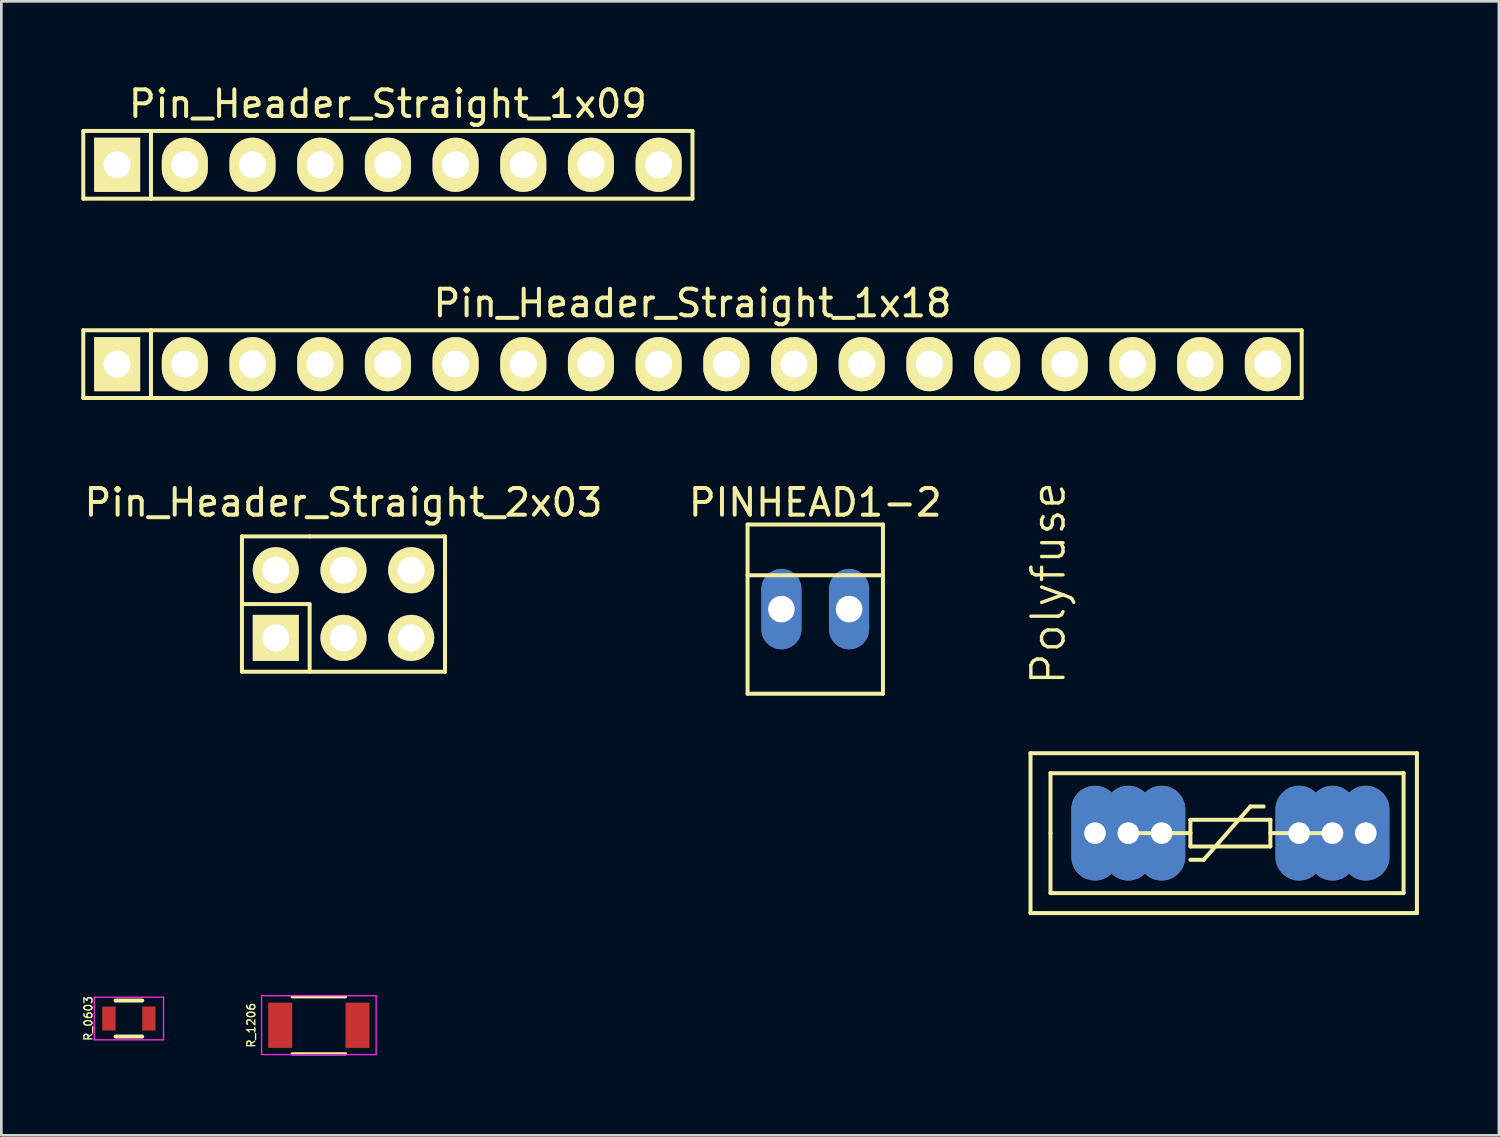
<source format=kicad_pcb>
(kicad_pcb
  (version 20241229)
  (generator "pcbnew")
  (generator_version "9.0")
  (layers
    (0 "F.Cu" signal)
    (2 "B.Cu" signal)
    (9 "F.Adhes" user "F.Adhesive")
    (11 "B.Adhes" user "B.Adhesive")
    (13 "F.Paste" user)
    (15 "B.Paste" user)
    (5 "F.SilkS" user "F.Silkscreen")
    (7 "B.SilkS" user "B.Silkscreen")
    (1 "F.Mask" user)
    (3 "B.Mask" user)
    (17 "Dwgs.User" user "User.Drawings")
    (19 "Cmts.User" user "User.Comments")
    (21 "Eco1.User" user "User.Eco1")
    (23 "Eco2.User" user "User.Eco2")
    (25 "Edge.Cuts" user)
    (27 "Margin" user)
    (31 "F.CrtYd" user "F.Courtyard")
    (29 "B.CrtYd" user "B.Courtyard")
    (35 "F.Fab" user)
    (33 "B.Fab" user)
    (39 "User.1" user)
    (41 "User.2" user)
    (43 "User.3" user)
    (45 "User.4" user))
  (footprint "Pin_Header_Straight_2x03"
    (layer "F.Cu")
    (at 9.839 19.617)
    (property "Reference" "Pin_Header_Straight_2x03" (at 0 -3.81 0) (layer "F.SilkS") (effects (font (size 1 1) (thickness 0.15))))
    (attr through_hole)
    (fp_line (start -3.81 -2.54) (end -3.81 0) (stroke (width 0.15) (type solid)) (layer "F.SilkS"))
    (fp_line (start -3.81 0) (end -1.27 0) (stroke (width 0.15) (type solid)) (layer "F.SilkS"))
    (fp_line (start -3.81 2.54) (end -3.81 0) (stroke (width 0.15) (type solid)) (layer "F.SilkS"))
    (fp_line (start -3.81 2.54) (end 3.81 2.54) (stroke (width 0.15) (type solid)) (layer "F.SilkS"))
    (fp_line (start -1.27 -2.54) (end -3.81 -2.54) (stroke (width 0.15) (type solid)) (layer "F.SilkS"))
    (fp_line (start -1.27 0) (end -1.27 2.54) (stroke (width 0.15) (type solid)) (layer "F.SilkS"))
    (fp_line (start 3.81 -2.54) (end -1.27 -2.54) (stroke (width 0.15) (type solid)) (layer "F.SilkS"))
    (fp_line (start 3.81 2.54) (end 3.81 -2.54) (stroke (width 0.15) (type solid)) (layer "F.SilkS"))
    (pad "1" thru_hole rect (at -2.54 1.27) (size 1.727 1.727) (drill 1.016) (layers "*.Cu" "*.Mask" "F.SilkS"))
    (pad "2" thru_hole oval (at -2.54 -1.27) (size 1.727 1.727) (drill 1.016) (layers "*.Cu" "*.Mask" "F.SilkS"))
    (pad "3" thru_hole oval (at 0 1.27) (size 1.727 1.727) (drill 1.016) (layers "*.Cu" "*.Mask" "F.SilkS"))
    (pad "4" thru_hole oval (at 0 -1.27) (size 1.727 1.727) (drill 1.016) (layers "*.Cu" "*.Mask" "F.SilkS"))
    (pad "5" thru_hole oval (at 2.54 1.27) (size 1.727 1.727) (drill 1.016) (layers "*.Cu" "*.Mask" "F.SilkS"))
    (pad "6" thru_hole oval (at 2.54 -1.27) (size 1.727 1.727) (drill 1.016) (layers "*.Cu" "*.Mask" "F.SilkS")))
  (footprint "Polyfuse"
    (layer "F.Cu")
    (at 43.119 28.213)
    (property "Reference" "Polyfuse" (at -6.126 -5.474 90) (layer "F.SilkS") (effects (font (size 1.206 1.206) (thickness 0.127)) (justify left bottom)))
    (fp_line (start -7.5 -3) (end -7.5 3) (stroke (width 0.15) (type solid)) (layer "F.SilkS"))
    (fp_line (start -7.5 3) (end 7 3) (stroke (width 0.15) (type solid)) (layer "F.SilkS"))
    (fp_line (start -6.75 -2.25) (end 6.5 -2.25) (stroke (width 0.15) (type solid)) (layer "F.SilkS"))
    (fp_line (start -6.75 0) (end -6.75 -2.25) (stroke (width 0.15) (type solid)) (layer "F.SilkS"))
    (fp_line (start -6.75 2.25) (end -6.75 0) (stroke (width 0.15) (type solid)) (layer "F.SilkS"))
    (fp_line (start -3.75 0) (end -1.5 0) (stroke (width 0.15) (type solid)) (layer "F.SilkS"))
    (fp_line (start -1.5 -0.5) (end -1.5 0) (stroke (width 0.15) (type solid)) (layer "F.SilkS"))
    (fp_line (start -1.5 0) (end -1.5 0.5) (stroke (width 0.15) (type solid)) (layer "F.SilkS"))
    (fp_line (start -1.5 0.5) (end 1.5 0.5) (stroke (width 0.15) (type solid)) (layer "F.SilkS"))
    (fp_line (start -1.5 1) (end -1 1) (stroke (width 0.15) (type solid)) (layer "F.SilkS"))
    (fp_line (start -1 1) (end 0.75 -1) (stroke (width 0.15) (type solid)) (layer "F.SilkS"))
    (fp_line (start 0.75 -1) (end 1.25 -1) (stroke (width 0.15) (type solid)) (layer "F.SilkS"))
    (fp_line (start 1.5 -0.5) (end -1.5 -0.5) (stroke (width 0.15) (type solid)) (layer "F.SilkS"))
    (fp_line (start 1.5 0) (end 3.75 0) (stroke (width 0.15) (type solid)) (layer "F.SilkS"))
    (fp_line (start 1.5 0.5) (end 1.5 -0.5) (stroke (width 0.15) (type solid)) (layer "F.SilkS"))
    (fp_line (start 6.5 -2.25) (end 6.5 2.25) (stroke (width 0.15) (type solid)) (layer "F.SilkS"))
    (fp_line (start 6.5 2.25) (end -6.75 2.25) (stroke (width 0.15) (type solid)) (layer "F.SilkS"))
    (fp_line (start 7 -3) (end -7.5 -3) (stroke (width 0.15) (type solid)) (layer "F.SilkS"))
    (fp_line (start 7 3) (end 7 -3) (stroke (width 0.15) (type solid)) (layer "F.SilkS"))
    (fp_poly (pts (xy -3.912 0.305) (xy -3.556 0.305) (xy -3.556 -0.305) (xy -3.912 -0.305)) (stroke (width 0) (type solid)) (fill yes) (layer "F.SilkS"))
    (fp_poly (pts (xy 3.556 0.305) (xy 3.912 0.305) (xy 3.912 -0.305) (xy 3.556 -0.305)) (stroke (width 0) (type solid)) (fill yes) (layer "F.SilkS"))
    (pad "1" thru_hole oval (at -5.08 0 90) (size 3.556 1.778) (drill 0.813) (layers "*.Cu" "*.Mask"))
    (pad "1" thru_hole oval (at -3.83 0 90) (size 3.556 1.778) (drill 0.813) (layers "*.Cu" "*.Mask"))
    (pad "1" thru_hole oval (at -2.58 0 90) (size 3.556 1.778) (drill 0.813) (layers "*.Cu" "*.Mask"))
    (pad "2" thru_hole oval (at 2.58 0 90) (size 3.556 1.778) (drill 0.813) (layers "*.Cu" "*.Mask"))
    (pad "2" thru_hole oval (at 3.83 0 90) (size 3.556 1.778) (drill 0.813) (layers "*.Cu" "*.Mask"))
    (pad "2" thru_hole oval (at 5.08 0 90) (size 3.556 1.778) (drill 0.813) (layers "*.Cu" "*.Mask")))
  (footprint "R_0603"
    (layer "F.Cu")
    (at 1.787 35.169)
    (property "Reference" "R_0603" (at -1.524 0 90) (layer "F.SilkS") (effects (font (size 0.3 0.3) (thickness 0.05))))
    (attr smd)
    (fp_line (start -0.5 -0.675) (end 0.5 -0.675) (stroke (width 0.15) (type solid)) (layer "F.SilkS"))
    (fp_line (start 0.5 0.675) (end -0.5 0.675) (stroke (width 0.15) (type solid)) (layer "F.SilkS"))
    (fp_line (start -1.3 -0.8) (end -1.3 0.8) (stroke (width 0.05) (type solid)) (layer "F.CrtYd"))
    (fp_line (start -1.3 -0.8) (end 1.3 -0.8) (stroke (width 0.05) (type solid)) (layer "F.CrtYd"))
    (fp_line (start -1.3 0.8) (end 1.3 0.8) (stroke (width 0.05) (type solid)) (layer "F.CrtYd"))
    (fp_line (start 1.3 -0.8) (end 1.3 0.8) (stroke (width 0.05) (type solid)) (layer "F.CrtYd"))
    (pad "1" smd rect (at -0.75 0) (size 0.5 0.9) (layers "F.Cu" "F.Mask" "F.Paste"))
    (pad "2" smd rect (at 0.75 0) (size 0.5 0.9) (layers "F.Cu" "F.Mask" "F.Paste")))
  (footprint "PINHEAD1-2"
    (layer "F.Cu")
    (at 27.542 19.807)
    (property "Reference" "PINHEAD1-2" (at 0 -4 0) (layer "F.SilkS") (effects (font (size 1 1) (thickness 0.15))))
    (attr exclude_from_pos_files exclude_from_bom)
    (fp_line (start -2.54 -3.175) (end -2.54 3.175) (stroke (width 0.15) (type solid)) (layer "F.SilkS"))
    (fp_line (start -2.54 -3.175) (end 2.54 -3.175) (stroke (width 0.15) (type solid)) (layer "F.SilkS"))
    (fp_line (start 2.54 -3.175) (end 2.54 3.175) (stroke (width 0.15) (type solid)) (layer "F.SilkS"))
    (fp_line (start 2.54 -1.27) (end -2.54 -1.27) (stroke (width 0.15) (type solid)) (layer "F.SilkS"))
    (fp_line (start 2.54 3.175) (end -2.54 3.175) (stroke (width 0.15) (type solid)) (layer "F.SilkS"))
    (pad "1" thru_hole oval (at -1.27 0) (size 1.506 3.015) (drill 0.998) (layers "*.Cu" "*.Mask"))
    (pad "2" thru_hole oval (at 1.27 0) (size 1.506 3.015) (drill 0.998) (layers "*.Cu" "*.Mask")))
  (footprint "Pin_Header_Straight_1x09"
    (layer "F.Cu")
    (at 11.505 3.134)
    (property "Reference" "Pin_Header_Straight_1x09" (at 0 -2.286 0) (layer "F.SilkS") (effects (font (size 1 1) (thickness 0.15))))
    (attr through_hole)
    (fp_line (start -11.43 -1.27) (end -11.43 1.27) (stroke (width 0.15) (type solid)) (layer "F.SilkS"))
    (fp_line (start -11.43 -1.27) (end -8.89 -1.27) (stroke (width 0.15) (type solid)) (layer "F.SilkS"))
    (fp_line (start -11.43 1.27) (end -8.89 1.27) (stroke (width 0.15) (type solid)) (layer "F.SilkS"))
    (fp_line (start -8.89 -1.27) (end -8.89 1.27) (stroke (width 0.15) (type solid)) (layer "F.SilkS"))
    (fp_line (start -8.89 -1.27) (end 11.43 -1.27) (stroke (width 0.15) (type solid)) (layer "F.SilkS"))
    (fp_line (start 11.43 -1.27) (end 11.43 1.27) (stroke (width 0.15) (type solid)) (layer "F.SilkS"))
    (fp_line (start 11.43 1.27) (end -8.89 1.27) (stroke (width 0.15) (type solid)) (layer "F.SilkS"))
    (pad "1" thru_hole rect (at -10.16 0) (size 1.727 2.032) (drill 1.016) (layers "*.Cu" "*.Mask" "F.SilkS"))
    (pad "2" thru_hole oval (at -7.62 0) (size 1.727 2.032) (drill 1.016) (layers "*.Cu" "*.Mask" "F.SilkS"))
    (pad "3" thru_hole oval (at -5.08 0) (size 1.727 2.032) (drill 1.016) (layers "*.Cu" "*.Mask" "F.SilkS"))
    (pad "4" thru_hole oval (at -2.54 0) (size 1.727 2.032) (drill 1.016) (layers "*.Cu" "*.Mask" "F.SilkS"))
    (pad "5" thru_hole oval (at 0 0) (size 1.727 2.032) (drill 1.016) (layers "*.Cu" "*.Mask" "F.SilkS"))
    (pad "6" thru_hole oval (at 2.54 0) (size 1.727 2.032) (drill 1.016) (layers "*.Cu" "*.Mask" "F.SilkS"))
    (pad "7" thru_hole oval (at 5.08 0) (size 1.727 2.032) (drill 1.016) (layers "*.Cu" "*.Mask" "F.SilkS"))
    (pad "8" thru_hole oval (at 7.62 0) (size 1.727 2.032) (drill 1.016) (layers "*.Cu" "*.Mask" "F.SilkS"))
    (pad "9" thru_hole oval (at 10.16 0) (size 1.727 2.032) (drill 1.016) (layers "*.Cu" "*.Mask" "F.SilkS")))
  (footprint "Pin_Header_Straight_1x18"
    (layer "F.Cu")
    (at 22.935 10.614)
    (property "Reference" "Pin_Header_Straight_1x18" (at 0 -2.286 0) (layer "F.SilkS") (effects (font (size 1 1) (thickness 0.15))))
    (attr through_hole)
    (fp_line (start -22.86 -1.27) (end -22.86 1.27) (stroke (width 0.15) (type solid)) (layer "F.SilkS"))
    (fp_line (start -22.86 -1.27) (end -20.32 -1.27) (stroke (width 0.15) (type solid)) (layer "F.SilkS"))
    (fp_line (start -22.86 1.27) (end -20.32 1.27) (stroke (width 0.15) (type solid)) (layer "F.SilkS"))
    (fp_line (start -20.32 -1.27) (end -20.32 1.27) (stroke (width 0.15) (type solid)) (layer "F.SilkS"))
    (fp_line (start -20.32 -1.27) (end 22.86 -1.27) (stroke (width 0.15) (type solid)) (layer "F.SilkS"))
    (fp_line (start 22.86 -1.27) (end 22.86 1.27) (stroke (width 0.15) (type solid)) (layer "F.SilkS"))
    (fp_line (start 22.86 1.27) (end -20.32 1.27) (stroke (width 0.15) (type solid)) (layer "F.SilkS"))
    (pad "1" thru_hole rect (at -21.59 0) (size 1.727 2.032) (drill 1.016) (layers "*.Cu" "*.Mask" "F.SilkS"))
    (pad "2" thru_hole oval (at -19.05 0) (size 1.727 2.032) (drill 1.016) (layers "*.Cu" "*.Mask" "F.SilkS"))
    (pad "3" thru_hole oval (at -16.51 0) (size 1.727 2.032) (drill 1.016) (layers "*.Cu" "*.Mask" "F.SilkS"))
    (pad "4" thru_hole oval (at -13.97 0) (size 1.727 2.032) (drill 1.016) (layers "*.Cu" "*.Mask" "F.SilkS"))
    (pad "5" thru_hole oval (at -11.43 0) (size 1.727 2.032) (drill 1.016) (layers "*.Cu" "*.Mask" "F.SilkS"))
    (pad "6" thru_hole oval (at -8.89 0) (size 1.727 2.032) (drill 1.016) (layers "*.Cu" "*.Mask" "F.SilkS"))
    (pad "7" thru_hole oval (at -6.35 0) (size 1.727 2.032) (drill 1.016) (layers "*.Cu" "*.Mask" "F.SilkS"))
    (pad "8" thru_hole oval (at -3.81 0) (size 1.727 2.032) (drill 1.016) (layers "*.Cu" "*.Mask" "F.SilkS"))
    (pad "9" thru_hole oval (at -1.27 0) (size 1.727 2.032) (drill 1.016) (layers "*.Cu" "*.Mask" "F.SilkS"))
    (pad "10" thru_hole oval (at 1.27 0) (size 1.727 2.032) (drill 1.016) (layers "*.Cu" "*.Mask" "F.SilkS"))
    (pad "11" thru_hole oval (at 3.81 0) (size 1.727 2.032) (drill 1.016) (layers "*.Cu" "*.Mask" "F.SilkS"))
    (pad "12" thru_hole oval (at 6.35 0) (size 1.727 2.032) (drill 1.016) (layers "*.Cu" "*.Mask" "F.SilkS"))
    (pad "13" thru_hole oval (at 8.89 0) (size 1.727 2.032) (drill 1.016) (layers "*.Cu" "*.Mask" "F.SilkS"))
    (pad "14" thru_hole oval (at 11.43 0) (size 1.727 2.032) (drill 1.016) (layers "*.Cu" "*.Mask" "F.SilkS"))
    (pad "15" thru_hole oval (at 13.97 0) (size 1.727 2.032) (drill 1.016) (layers "*.Cu" "*.Mask" "F.SilkS"))
    (pad "16" thru_hole oval (at 16.51 0) (size 1.727 2.032) (drill 1.016) (layers "*.Cu" "*.Mask" "F.SilkS"))
    (pad "17" thru_hole oval (at 19.05 0) (size 1.727 2.032) (drill 1.016) (layers "*.Cu" "*.Mask" "F.SilkS"))
    (pad "18" thru_hole oval (at 21.59 0) (size 1.727 2.032) (drill 1.016) (layers "*.Cu" "*.Mask" "F.SilkS")))
  (footprint "R_1206"
    (layer "F.Cu")
    (at 8.915 35.423)
    (property "Reference" "R_1206" (at -2.54 0 90) (layer "F.SilkS") (effects (font (size 0.3 0.3) (thickness 0.05))))
    (attr smd)
    (fp_line (start -1 -1.07) (end 1 -1.07) (stroke (width 0.12) (type solid)) (layer "F.SilkS"))
    (fp_line (start 1 1.07) (end -1 1.07) (stroke (width 0.12) (type solid)) (layer "F.SilkS"))
    (fp_line (start -2.15 -1.11) (end -2.15 1.1) (stroke (width 0.05) (type solid)) (layer "F.CrtYd"))
    (fp_line (start -2.15 -1.11) (end 2.15 -1.11) (stroke (width 0.05) (type solid)) (layer "F.CrtYd"))
    (fp_line (start 2.15 1.1) (end -2.15 1.1) (stroke (width 0.05) (type solid)) (layer "F.CrtYd"))
    (fp_line (start 2.15 1.1) (end 2.15 -1.11) (stroke (width 0.05) (type solid)) (layer "F.CrtYd"))
    (pad "1" smd rect (at -1.45 0) (size 0.9 1.7) (layers "F.Cu" "F.Mask" "F.Paste"))
    (pad "2" smd rect (at 1.45 0) (size 0.9 1.7) (layers "F.Cu" "F.Mask" "F.Paste")))
  (gr_rect
    (start -3 -3)
    (end 53.194 39.553)
    (stroke (width 0.1) (type default))
    (fill no)
    (layer "Edge.Cuts")))
</source>
